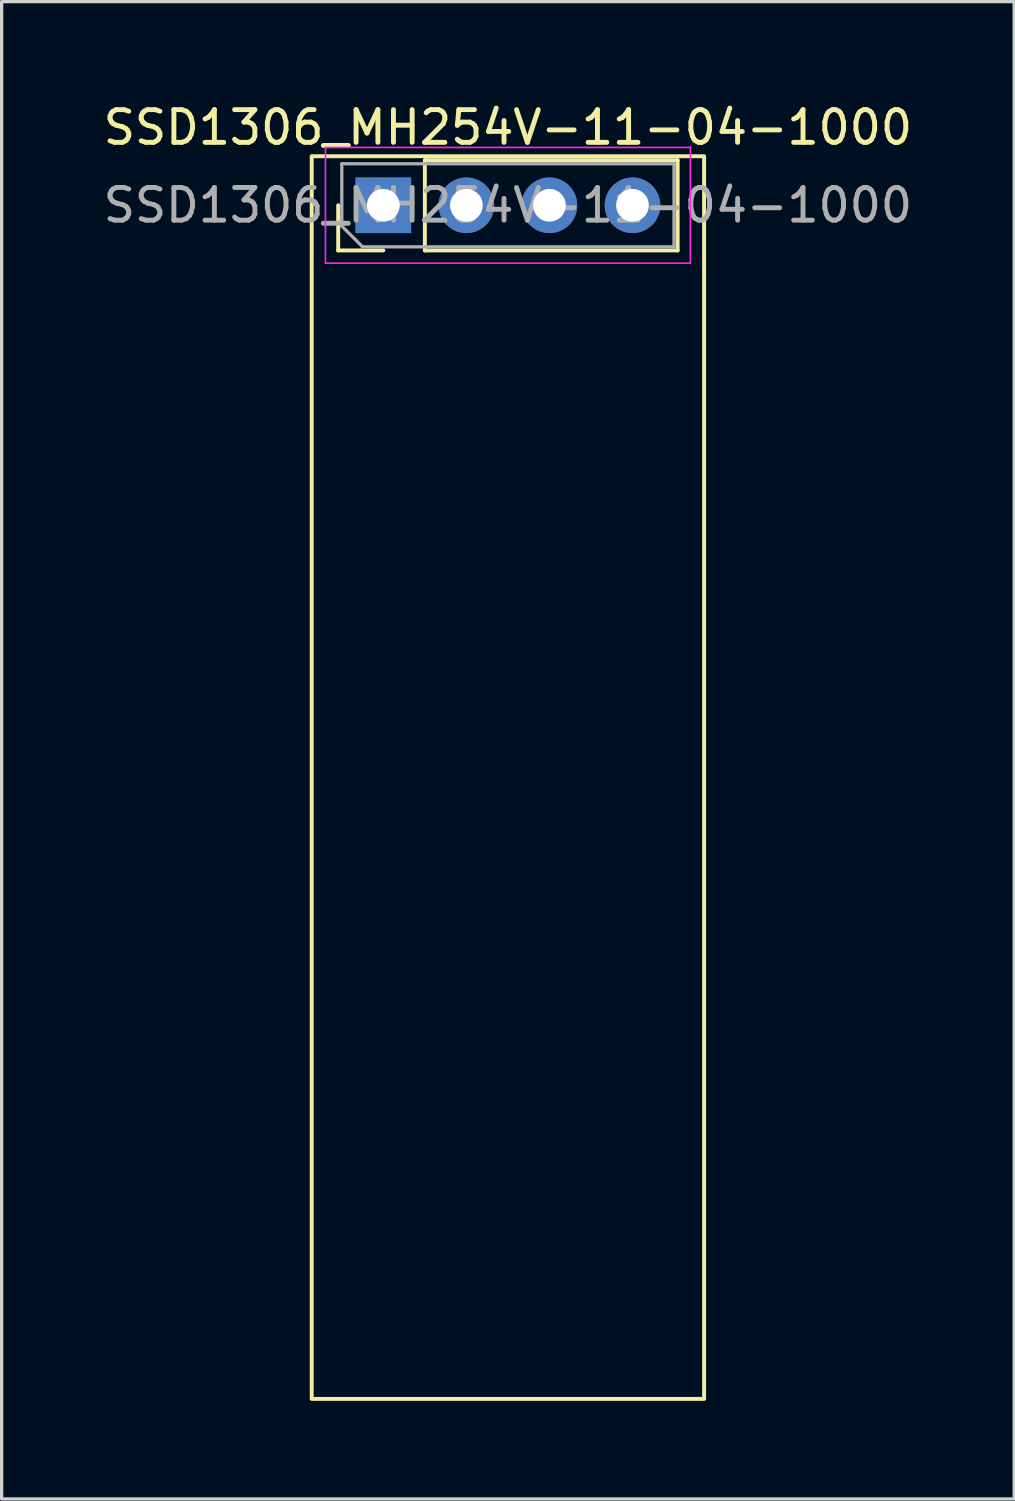
<source format=kicad_pcb>
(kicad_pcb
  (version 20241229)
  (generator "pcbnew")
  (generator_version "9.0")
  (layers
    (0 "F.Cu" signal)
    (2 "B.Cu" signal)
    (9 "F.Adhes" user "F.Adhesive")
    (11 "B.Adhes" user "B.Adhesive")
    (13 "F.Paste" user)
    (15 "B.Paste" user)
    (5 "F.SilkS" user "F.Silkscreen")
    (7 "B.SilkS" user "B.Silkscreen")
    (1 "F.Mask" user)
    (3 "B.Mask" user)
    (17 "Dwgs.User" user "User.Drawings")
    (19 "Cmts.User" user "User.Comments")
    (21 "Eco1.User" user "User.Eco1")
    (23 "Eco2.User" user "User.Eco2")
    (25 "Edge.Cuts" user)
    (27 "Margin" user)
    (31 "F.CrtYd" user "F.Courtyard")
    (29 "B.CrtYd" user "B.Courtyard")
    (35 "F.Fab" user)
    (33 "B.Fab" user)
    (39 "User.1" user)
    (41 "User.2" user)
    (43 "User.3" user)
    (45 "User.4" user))
  (footprint "SSD1306_MH254V-11-04-1000"
    (layer "F.Cu")
    (at 12.482 3.228)
    (property "Reference" "SSD1306_MH254V-11-04-1000" (at 0 -2.38 0) (layer "F.SilkS") (effects (font (size 1 1) (thickness 0.15))))
    (attr through_hole)
    (fp_line (start -5.19 1.38) (end -5.19 0) (stroke (width 0.12) (type solid)) (layer "F.SilkS"))
    (fp_line (start -3.81 1.38) (end -5.19 1.38) (stroke (width 0.12) (type solid)) (layer "F.SilkS"))
    (fp_line (start -2.54 -1.38) (end 5.19 -1.38) (stroke (width 0.12) (type solid)) (layer "F.SilkS"))
    (fp_line (start -2.54 1.38) (end -2.54 -1.38) (stroke (width 0.12) (type solid)) (layer "F.SilkS"))
    (fp_line (start -2.54 1.38) (end 5.19 1.38) (stroke (width 0.12) (type solid)) (layer "F.SilkS"))
    (fp_line (start 5.19 1.38) (end 5.19 -1.38) (stroke (width 0.12) (type solid)) (layer "F.SilkS"))
    (fp_rect (start -6 -1.5) (end 6 36.5) (stroke (width 0.12) (type solid)) (fill no) (layer "F.SilkS"))
    (fp_line (start -5.58 -1.77) (end -5.58 1.77) (stroke (width 0.05) (type solid)) (layer "F.CrtYd"))
    (fp_line (start -5.58 1.77) (end 5.58 1.77) (stroke (width 0.05) (type solid)) (layer "F.CrtYd"))
    (fp_line (start 5.58 -1.77) (end -5.58 -1.77) (stroke (width 0.05) (type solid)) (layer "F.CrtYd"))
    (fp_line (start 5.58 1.77) (end 5.58 -1.77) (stroke (width 0.05) (type solid)) (layer "F.CrtYd"))
    (fp_line (start -5.08 -1.27) (end 5.08 -1.27) (stroke (width 0.1) (type solid)) (layer "F.Fab"))
    (fp_line (start -5.08 0.635) (end -5.08 -1.27) (stroke (width 0.1) (type solid)) (layer "F.Fab"))
    (fp_line (start -4.445 1.27) (end -5.08 0.635) (stroke (width 0.1) (type solid)) (layer "F.Fab"))
    (fp_line (start 5.08 -1.27) (end 5.08 1.27) (stroke (width 0.1) (type solid)) (layer "F.Fab"))
    (fp_line (start 5.08 1.27) (end -4.445 1.27) (stroke (width 0.1) (type solid)) (layer "F.Fab"))
    (fp_text user "${REFERENCE}" (at 0 0 180) (layer "F.Fab") (effects (font (size 1 1) (thickness 0.15))))
    (pad "1" thru_hole rect (at -3.81 0 90) (size 1.7 1.7) (drill 1) (layers "*.Cu" "*.Mask"))
    (pad "2" thru_hole circle (at -1.27 0 90) (size 1.7 1.7) (drill 1) (layers "*.Cu" "*.Mask"))
    (pad "3" thru_hole circle (at 1.27 0 90) (size 1.7 1.7) (drill 1) (layers "*.Cu" "*.Mask"))
    (pad "4" thru_hole circle (at 3.81 0 90) (size 1.7 1.7) (drill 1) (layers "*.Cu" "*.Mask")))
  (gr_rect
    (start -3 -3)
    (end 27.964 42.788)
    (stroke (width 0.1) (type default))
    (fill no)
    (layer "Edge.Cuts")))
</source>
